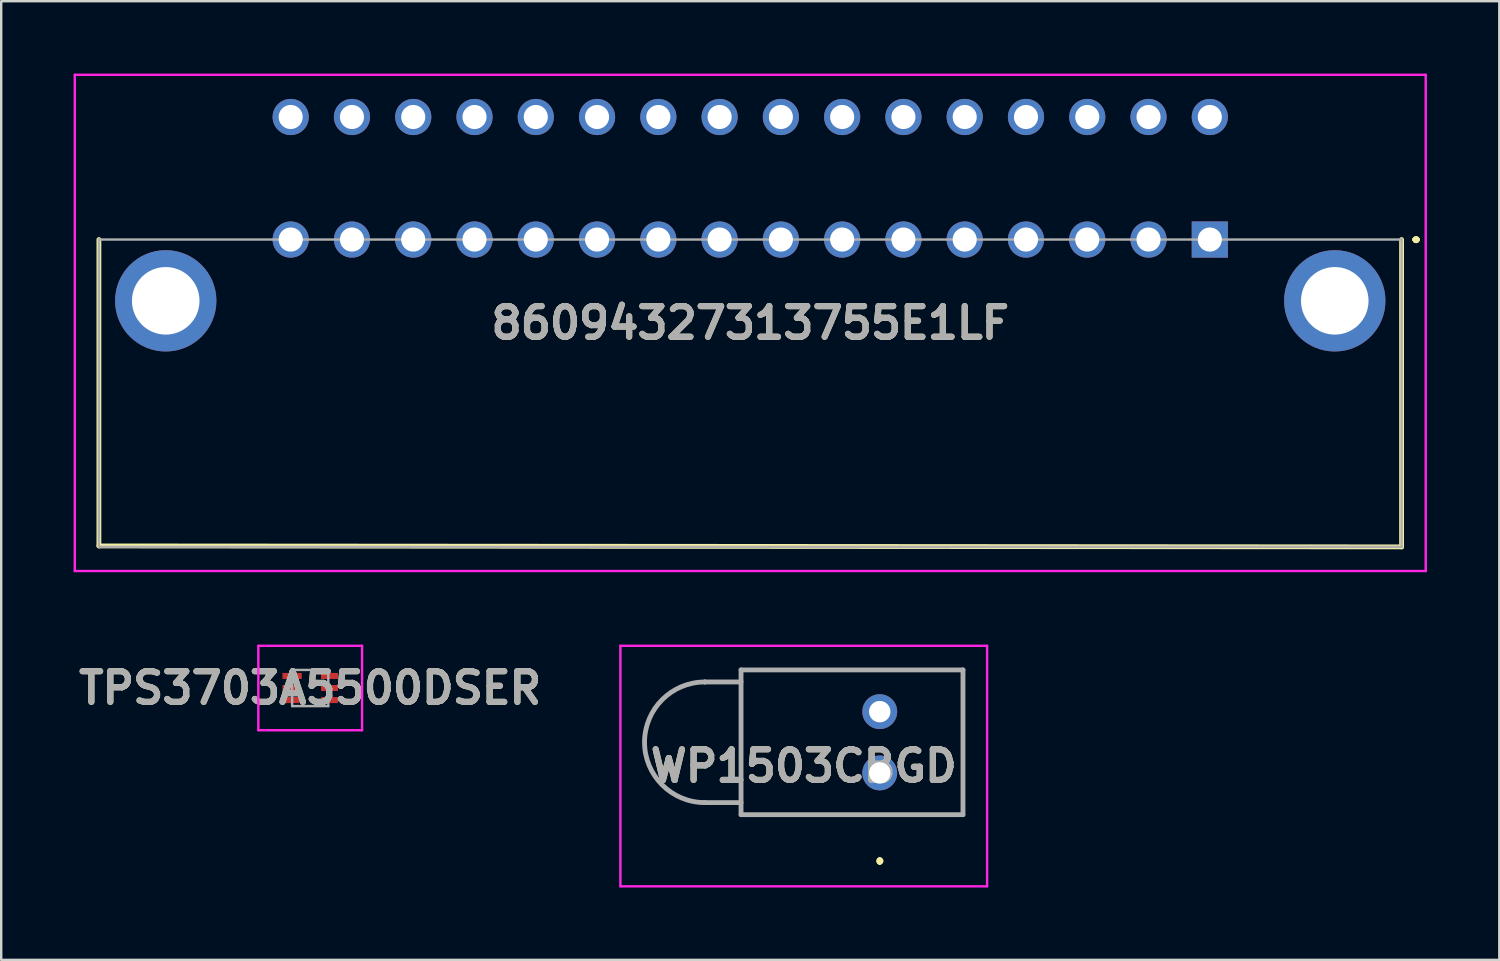
<source format=kicad_pcb>
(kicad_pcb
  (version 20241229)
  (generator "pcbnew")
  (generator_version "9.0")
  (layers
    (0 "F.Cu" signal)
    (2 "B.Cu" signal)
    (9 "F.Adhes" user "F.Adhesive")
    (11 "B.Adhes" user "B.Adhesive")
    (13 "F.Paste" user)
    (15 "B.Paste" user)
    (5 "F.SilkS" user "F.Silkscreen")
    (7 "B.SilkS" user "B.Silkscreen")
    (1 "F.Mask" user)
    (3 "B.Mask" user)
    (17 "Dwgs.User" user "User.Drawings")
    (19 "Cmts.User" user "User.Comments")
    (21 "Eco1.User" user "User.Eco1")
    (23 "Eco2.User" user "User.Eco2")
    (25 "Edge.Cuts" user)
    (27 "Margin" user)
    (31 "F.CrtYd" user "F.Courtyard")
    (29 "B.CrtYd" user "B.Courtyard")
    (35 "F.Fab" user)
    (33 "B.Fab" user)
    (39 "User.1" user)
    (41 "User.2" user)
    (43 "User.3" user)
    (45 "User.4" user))
  (footprint "TPS3703A5500DSER"
    (layer "F.Cu")
    (at 9.809 25.47)
    (property "Reference" "TPS3703A5500DSER" (at 0 0 0) (layer "F.SilkS") (effects (font (size 1.27 1.27) (thickness 0.254))))
    (attr smd)
    (fp_line (start -1.8 -0.5) (end -1.8 -0.5) (stroke (width 0.1) (type solid)) (layer "F.SilkS"))
    (fp_line (start -1.7 -0.5) (end -1.7 -0.5) (stroke (width 0.1) (type solid)) (layer "F.SilkS"))
    (fp_arc (start -1.8 -0.5) (mid -1.75 -0.55) (end -1.7 -0.5) (stroke (width 0.1) (type solid)) (layer "F.SilkS"))
    (fp_arc (start -1.7 -0.5) (mid -1.75 -0.45) (end -1.8 -0.5) (stroke (width 0.1) (type solid)) (layer "F.SilkS"))
    (fp_line (start -2.15 -1.75) (end 2.15 -1.75) (stroke (width 0.1) (type solid)) (layer "F.CrtYd"))
    (fp_line (start -2.15 1.75) (end -2.15 -1.75) (stroke (width 0.1) (type solid)) (layer "F.CrtYd"))
    (fp_line (start 2.15 -1.75) (end 2.15 1.75) (stroke (width 0.1) (type solid)) (layer "F.CrtYd"))
    (fp_line (start 2.15 1.75) (end -2.15 1.75) (stroke (width 0.1) (type solid)) (layer "F.CrtYd"))
    (fp_line (start -0.75 -0.75) (end 0.75 -0.75) (stroke (width 0.1) (type solid)) (layer "F.Fab"))
    (fp_line (start -0.75 0.75) (end -0.75 -0.75) (stroke (width 0.1) (type solid)) (layer "F.Fab"))
    (fp_line (start 0.75 -0.75) (end 0.75 0.75) (stroke (width 0.1) (type solid)) (layer "F.Fab"))
    (fp_line (start 0.75 0.75) (end -0.75 0.75) (stroke (width 0.1) (type solid)) (layer "F.Fab"))
    (fp_text user "${REFERENCE}" (at 0 0 0) (layer "F.Fab") (effects (font (size 1.27 1.27) (thickness 0.254))))
    (pad "1" smd rect (at -0.75 -0.5 90) (size 0.25 0.8) (layers "F.Cu" "F.Mask" "F.Paste"))
    (pad "2" smd rect (at -0.8 0 90) (size 0.25 0.7) (layers "F.Cu" "F.Mask" "F.Paste"))
    (pad "3" smd rect (at -0.8 0.5 90) (size 0.25 0.7) (layers "F.Cu" "F.Mask" "F.Paste"))
    (pad "4" smd rect (at 0.8 0.5 90) (size 0.25 0.7) (layers "F.Cu" "F.Mask" "F.Paste"))
    (pad "5" smd rect (at 0.8 0 90) (size 0.25 0.7) (layers "F.Cu" "F.Mask" "F.Paste"))
    (pad "6" smd rect (at 0.8 -0.5 90) (size 0.25 0.7) (layers "F.Cu" "F.Mask" "F.Paste")))
  (footprint "WP1503CBGD"
    (layer "F.Cu")
    (at 33.418 28.99)
    (property "Reference" "WP1503CBGD" (at -3.15 -0.285 0) (layer "F.SilkS") (effects (font (size 1.27 1.27) (thickness 0.254))))
    (attr through_hole)
    (fp_line (start -7.25 -3.77) (end -7.25 -3.77) (stroke (width 0.1) (type solid)) (layer "F.SilkS"))
    (fp_line (start -7.25 1.23) (end -5.75 1.23) (stroke (width 0.1) (type solid)) (layer "F.SilkS"))
    (fp_line (start -5.75 -4.27) (end 3.45 -4.27) (stroke (width 0.1) (type solid)) (layer "F.SilkS"))
    (fp_line (start -5.75 -3.77) (end -7.25 -3.77) (stroke (width 0.1) (type solid)) (layer "F.SilkS"))
    (fp_line (start -5.75 1.73) (end -5.75 -4.27) (stroke (width 0.1) (type solid)) (layer "F.SilkS"))
    (fp_line (start 0 3.6) (end 0 3.6) (stroke (width 0.2) (type solid)) (layer "F.SilkS"))
    (fp_line (start 0 3.7) (end 0 3.7) (stroke (width 0.2) (type solid)) (layer "F.SilkS"))
    (fp_line (start 0 3.7) (end 0 3.7) (stroke (width 0.2) (type solid)) (layer "F.SilkS"))
    (fp_line (start 3.45 -4.27) (end 3.45 1.73) (stroke (width 0.1) (type solid)) (layer "F.SilkS"))
    (fp_line (start 3.45 1.73) (end -5.75 1.73) (stroke (width 0.1) (type solid)) (layer "F.SilkS"))
    (fp_arc (start -7.25 1.23) (mid -9.75 -1.27) (end -7.25 -3.77) (stroke (width 0.1) (type solid)) (layer "F.SilkS"))
    (fp_arc (start 0 3.6) (mid 0.05 3.65) (end 0 3.7) (stroke (width 0.2) (type solid)) (layer "F.SilkS"))
    (fp_arc (start 0 3.6) (mid 0.05 3.65) (end 0 3.7) (stroke (width 0.2) (type solid)) (layer "F.SilkS"))
    (fp_arc (start 0 3.7) (mid -0.05 3.65) (end 0 3.6) (stroke (width 0.2) (type solid)) (layer "F.SilkS"))
    (fp_line (start -10.75 -5.27) (end 4.45 -5.27) (stroke (width 0.1) (type solid)) (layer "F.CrtYd"))
    (fp_line (start -10.75 4.7) (end -10.75 -5.27) (stroke (width 0.1) (type solid)) (layer "F.CrtYd"))
    (fp_line (start 4.45 -5.27) (end 4.45 4.7) (stroke (width 0.1) (type solid)) (layer "F.CrtYd"))
    (fp_line (start 4.45 4.7) (end -10.75 4.7) (stroke (width 0.1) (type solid)) (layer "F.CrtYd"))
    (fp_line (start -7.25 -3.77) (end -7.25 -3.77) (stroke (width 0.2) (type solid)) (layer "F.Fab"))
    (fp_line (start -7.25 1.23) (end -5.75 1.23) (stroke (width 0.2) (type solid)) (layer "F.Fab"))
    (fp_line (start -5.75 -4.27) (end -5.75 1.73) (stroke (width 0.2) (type solid)) (layer "F.Fab"))
    (fp_line (start -5.75 -3.77) (end -7.25 -3.77) (stroke (width 0.2) (type solid)) (layer "F.Fab"))
    (fp_line (start -5.75 1.73) (end 3.45 1.73) (stroke (width 0.2) (type solid)) (layer "F.Fab"))
    (fp_line (start 3.45 -4.27) (end -5.75 -4.27) (stroke (width 0.2) (type solid)) (layer "F.Fab"))
    (fp_line (start 3.45 1.73) (end 3.45 -4.27) (stroke (width 0.2) (type solid)) (layer "F.Fab"))
    (fp_arc (start -7.25 1.23) (mid -9.75 -1.27) (end -7.25 -3.77) (stroke (width 0.2) (type solid)) (layer "F.Fab"))
    (fp_text user "${REFERENCE}" (at -3.15 -0.285 0) (layer "F.Fab") (effects (font (size 1.27 1.27) (thickness 0.254))))
    (pad "1" thru_hole circle (at 0 0) (size 1.445 1.445) (drill 0.889) (layers "*.Cu" "*.Mask"))
    (pad "2" thru_hole circle (at 0 -2.54) (size 1.445 1.445) (drill 0.889) (layers "*.Cu" "*.Mask")))
  (footprint "86094327313755E1LF"
    (layer "F.Cu")
    (at 47.1 6.88)
    (property "Reference" "86094327313755E1LF" (at -19.05 3.455 0) (layer "F.SilkS") (effects (font (size 1.27 1.27) (thickness 0.254))))
    (attr through_hole)
    (fp_line (start -46.05 0) (end -46.05 12.7) (stroke (width 0.2) (type solid)) (layer "F.SilkS"))
    (fp_line (start -46.05 12.7) (end 7.95 12.74) (stroke (width 0.2) (type solid)) (layer "F.SilkS"))
    (fp_line (start 7.95 12.74) (end 7.95 0) (stroke (width 0.2) (type solid)) (layer "F.SilkS"))
    (fp_line (start 8.5 0) (end 8.5 0) (stroke (width 0.2) (type solid)) (layer "F.SilkS"))
    (fp_line (start 8.5 0) (end 8.5 0) (stroke (width 0.2) (type solid)) (layer "F.SilkS"))
    (fp_line (start 8.6 0) (end 8.6 0) (stroke (width 0.2) (type solid)) (layer "F.SilkS"))
    (fp_arc (start 8.5 0) (mid 8.55 -0.05) (end 8.6 0) (stroke (width 0.2) (type solid)) (layer "F.SilkS"))
    (fp_arc (start 8.6 0) (mid 8.55 0.05) (end 8.5 0) (stroke (width 0.2) (type solid)) (layer "F.SilkS"))
    (fp_arc (start 8.6 0) (mid 8.55 0.05) (end 8.5 0) (stroke (width 0.2) (type solid)) (layer "F.SilkS"))
    (fp_line (start -47.05 -6.83) (end 8.95 -6.83) (stroke (width 0.1) (type solid)) (layer "F.CrtYd"))
    (fp_line (start -47.05 13.74) (end -47.05 -6.83) (stroke (width 0.1) (type solid)) (layer "F.CrtYd"))
    (fp_line (start 8.95 -6.83) (end 8.95 13.74) (stroke (width 0.1) (type solid)) (layer "F.CrtYd"))
    (fp_line (start 8.95 13.74) (end -47.05 13.74) (stroke (width 0.1) (type solid)) (layer "F.CrtYd"))
    (fp_line (start -46.05 0) (end 7.95 0) (stroke (width 0.1) (type solid)) (layer "F.Fab"))
    (fp_line (start -46.05 12.74) (end -46.05 0) (stroke (width 0.1) (type solid)) (layer "F.Fab"))
    (fp_line (start 7.95 0) (end 7.95 12.74) (stroke (width 0.1) (type solid)) (layer "F.Fab"))
    (fp_line (start 7.95 12.74) (end -46.05 12.74) (stroke (width 0.1) (type solid)) (layer "F.Fab"))
    (fp_text user "${REFERENCE}" (at -19.05 3.455 0) (layer "F.Fab") (effects (font (size 1.27 1.27) (thickness 0.254))))
    (pad "A1" thru_hole rect (at 0 0) (size 1.5 1.5) (drill 1) (layers "*.Cu" "*.Mask"))
    (pad "A2" thru_hole circle (at -2.54 0) (size 1.5 1.5) (drill 1) (layers "*.Cu" "*.Mask"))
    (pad "A3" thru_hole circle (at -5.08 0) (size 1.5 1.5) (drill 1) (layers "*.Cu" "*.Mask"))
    (pad "A4" thru_hole circle (at -7.62 0) (size 1.5 1.5) (drill 1) (layers "*.Cu" "*.Mask"))
    (pad "A5" thru_hole circle (at -10.16 0) (size 1.5 1.5) (drill 1) (layers "*.Cu" "*.Mask"))
    (pad "A6" thru_hole circle (at -12.7 0) (size 1.5 1.5) (drill 1) (layers "*.Cu" "*.Mask"))
    (pad "A7" thru_hole circle (at -15.24 0) (size 1.5 1.5) (drill 1) (layers "*.Cu" "*.Mask"))
    (pad "A8" thru_hole circle (at -17.78 0) (size 1.5 1.5) (drill 1) (layers "*.Cu" "*.Mask"))
    (pad "A9" thru_hole circle (at -20.32 0) (size 1.5 1.5) (drill 1) (layers "*.Cu" "*.Mask"))
    (pad "A10" thru_hole circle (at -22.86 0) (size 1.5 1.5) (drill 1) (layers "*.Cu" "*.Mask"))
    (pad "A11" thru_hole circle (at -25.4 0) (size 1.5 1.5) (drill 1) (layers "*.Cu" "*.Mask"))
    (pad "A12" thru_hole circle (at -27.94 0) (size 1.5 1.5) (drill 1) (layers "*.Cu" "*.Mask"))
    (pad "A13" thru_hole circle (at -30.48 0) (size 1.5 1.5) (drill 1) (layers "*.Cu" "*.Mask"))
    (pad "A14" thru_hole circle (at -33.02 0) (size 1.5 1.5) (drill 1) (layers "*.Cu" "*.Mask"))
    (pad "A15" thru_hole circle (at -35.56 0) (size 1.5 1.5) (drill 1) (layers "*.Cu" "*.Mask"))
    (pad "A16" thru_hole circle (at -38.1 0) (size 1.5 1.5) (drill 1) (layers "*.Cu" "*.Mask"))
    (pad "C1" thru_hole circle (at 0 -5.08) (size 1.5 1.5) (drill 1) (layers "*.Cu" "*.Mask"))
    (pad "C2" thru_hole circle (at -2.54 -5.08) (size 1.5 1.5) (drill 1) (layers "*.Cu" "*.Mask"))
    (pad "C3" thru_hole circle (at -5.08 -5.08) (size 1.5 1.5) (drill 1) (layers "*.Cu" "*.Mask"))
    (pad "C4" thru_hole circle (at -7.62 -5.08) (size 1.5 1.5) (drill 1) (layers "*.Cu" "*.Mask"))
    (pad "C5" thru_hole circle (at -10.16 -5.08) (size 1.5 1.5) (drill 1) (layers "*.Cu" "*.Mask"))
    (pad "C6" thru_hole circle (at -12.7 -5.08) (size 1.5 1.5) (drill 1) (layers "*.Cu" "*.Mask"))
    (pad "C7" thru_hole circle (at -15.24 -5.08) (size 1.5 1.5) (drill 1) (layers "*.Cu" "*.Mask"))
    (pad "C8" thru_hole circle (at -17.78 -5.08) (size 1.5 1.5) (drill 1) (layers "*.Cu" "*.Mask"))
    (pad "C9" thru_hole circle (at -20.32 -5.08) (size 1.5 1.5) (drill 1) (layers "*.Cu" "*.Mask"))
    (pad "C10" thru_hole circle (at -22.86 -5.08) (size 1.5 1.5) (drill 1) (layers "*.Cu" "*.Mask"))
    (pad "C11" thru_hole circle (at -25.4 -5.08) (size 1.5 1.5) (drill 1) (layers "*.Cu" "*.Mask"))
    (pad "C12" thru_hole circle (at -27.94 -5.08) (size 1.5 1.5) (drill 1) (layers "*.Cu" "*.Mask"))
    (pad "C13" thru_hole circle (at -30.48 -5.08) (size 1.5 1.5) (drill 1) (layers "*.Cu" "*.Mask"))
    (pad "C14" thru_hole circle (at -33.02 -5.08) (size 1.5 1.5) (drill 1) (layers "*.Cu" "*.Mask"))
    (pad "C15" thru_hole circle (at -35.56 -5.08) (size 1.5 1.5) (drill 1) (layers "*.Cu" "*.Mask"))
    (pad "C16" thru_hole circle (at -38.1 -5.08) (size 1.5 1.5) (drill 1) (layers "*.Cu" "*.Mask"))
    (pad "MH1" thru_hole circle (at 5.18 2.54) (size 4.2 4.2) (drill 2.8) (layers "*.Cu" "*.Mask"))
    (pad "MH2" thru_hole circle (at -43.28 2.54) (size 4.2 4.2) (drill 2.8) (layers "*.Cu" "*.Mask")))
  (gr_rect
    (start -3 -3)
    (end 59.1 36.74)
    (stroke (width 0.1) (type default))
    (fill no)
    (layer "Edge.Cuts")))
</source>
